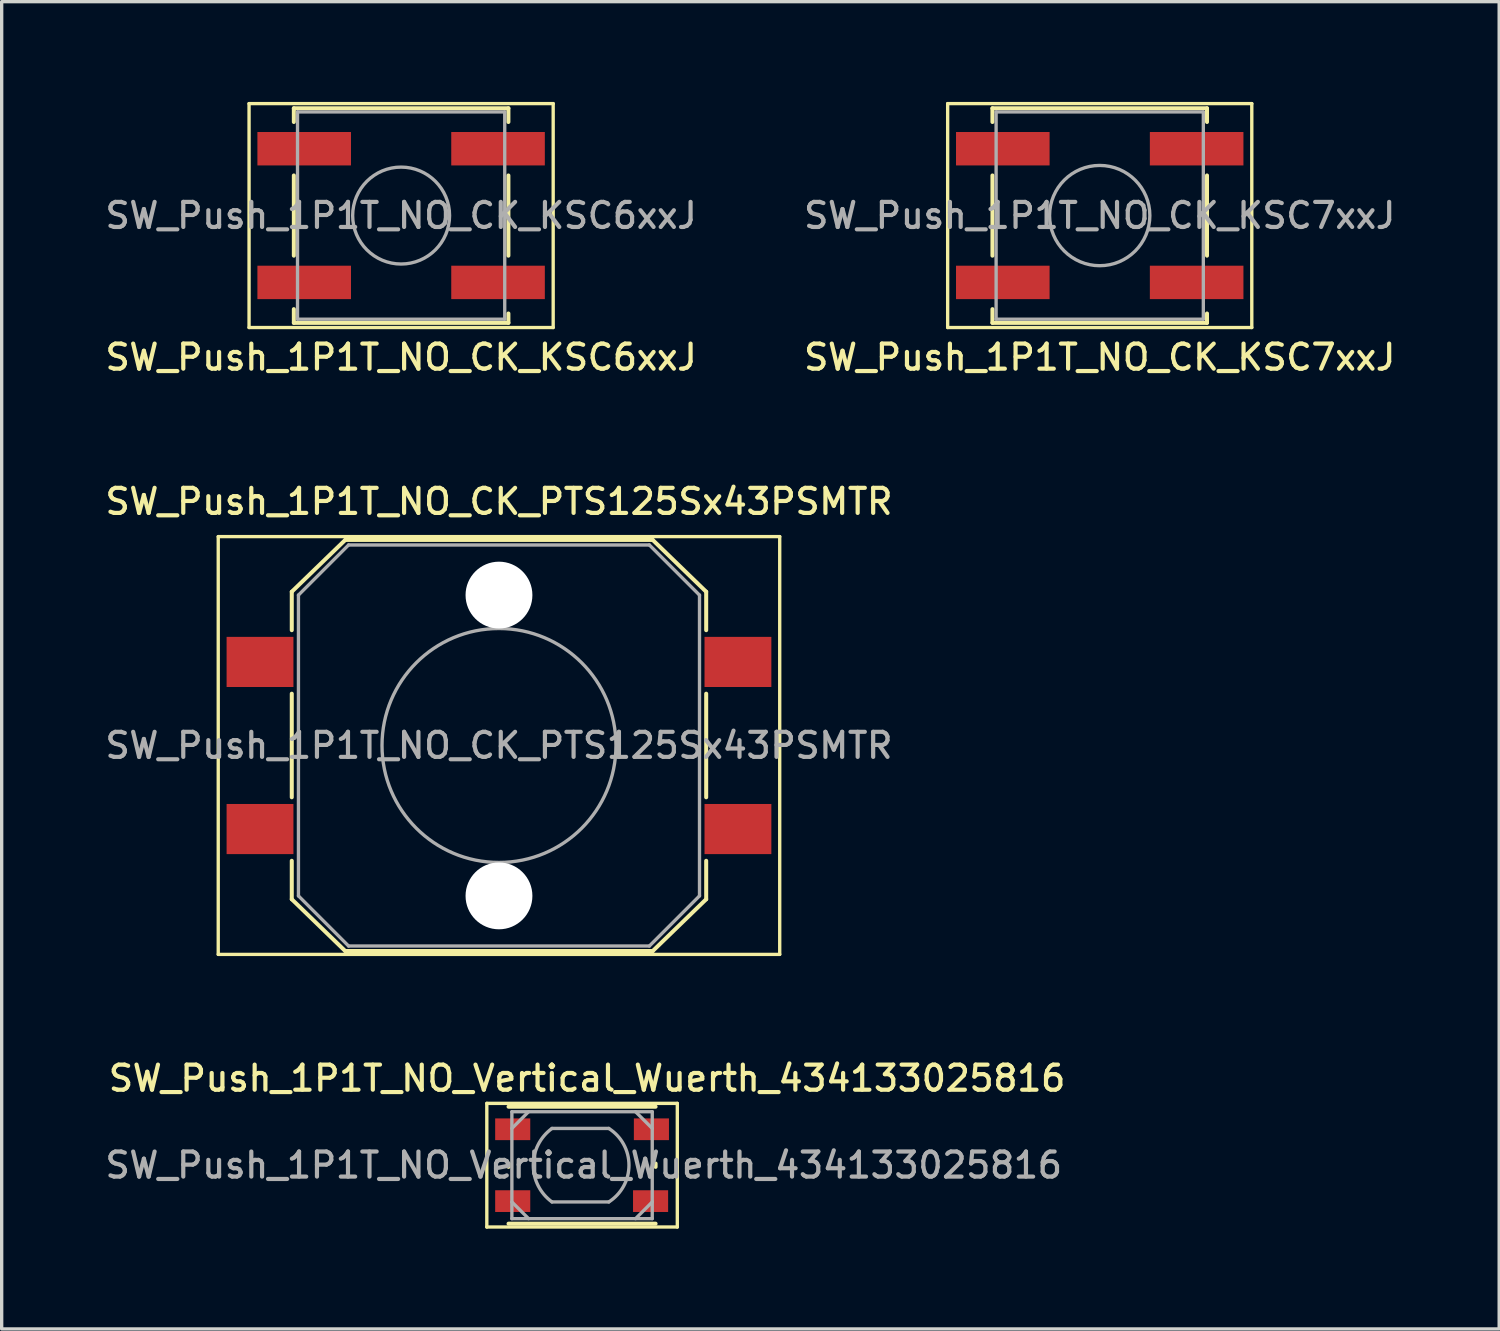
<source format=kicad_pcb>
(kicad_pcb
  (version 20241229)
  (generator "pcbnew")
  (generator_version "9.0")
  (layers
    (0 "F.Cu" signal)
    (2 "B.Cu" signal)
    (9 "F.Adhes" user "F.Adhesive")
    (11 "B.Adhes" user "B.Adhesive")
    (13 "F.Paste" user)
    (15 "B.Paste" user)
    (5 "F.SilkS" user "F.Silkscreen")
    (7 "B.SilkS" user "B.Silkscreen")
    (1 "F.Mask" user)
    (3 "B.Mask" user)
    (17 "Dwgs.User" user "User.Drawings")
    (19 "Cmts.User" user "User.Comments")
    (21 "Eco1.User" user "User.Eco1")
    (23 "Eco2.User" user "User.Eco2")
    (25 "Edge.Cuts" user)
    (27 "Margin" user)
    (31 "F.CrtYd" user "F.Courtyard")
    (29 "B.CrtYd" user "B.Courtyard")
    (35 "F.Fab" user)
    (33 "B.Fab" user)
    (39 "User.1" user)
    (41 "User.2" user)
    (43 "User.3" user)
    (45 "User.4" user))
  (footprint "SW_Push_1P1T_NO_CK_KSC6xxJ"
    (layer "F.Cu")
    (at 8.952 3.4)
    (property "Reference" "SW_Push_1P1T_NO_CK_KSC6xxJ" (at 0 4.24 0) (layer "F.SilkS") (effects (font (size 0.75 0.75) (thickness 0.125))))
    (attr smd)
    (fp_line (start -4.55 -3.35) (end 4.55 -3.35) (stroke (width 0.1) (type solid)) (layer "F.SilkS"))
    (fp_line (start -4.55 3.35) (end -4.55 -3.35) (stroke (width 0.1) (type solid)) (layer "F.SilkS"))
    (fp_line (start -3.21 -3.21) (end -3.21 -2.8) (stroke (width 0.12) (type solid)) (layer "F.SilkS"))
    (fp_line (start -3.21 -1.2) (end -3.21 1.2) (stroke (width 0.12) (type solid)) (layer "F.SilkS"))
    (fp_line (start -3.21 2.8) (end -3.21 3.21) (stroke (width 0.12) (type solid)) (layer "F.SilkS"))
    (fp_line (start -3.21 3.21) (end 3.21 3.21) (stroke (width 0.12) (type solid)) (layer "F.SilkS"))
    (fp_line (start 3.21 -3.21) (end -3.21 -3.21) (stroke (width 0.12) (type solid)) (layer "F.SilkS"))
    (fp_line (start 3.21 -2.8) (end 3.21 -3.21) (stroke (width 0.12) (type solid)) (layer "F.SilkS"))
    (fp_line (start 3.21 1.2) (end 3.21 -1.2) (stroke (width 0.12) (type solid)) (layer "F.SilkS"))
    (fp_line (start 3.21 3.21) (end 3.21 2.93) (stroke (width 0.12) (type solid)) (layer "F.SilkS"))
    (fp_line (start 4.55 -3.35) (end 4.55 3.35) (stroke (width 0.1) (type solid)) (layer "F.SilkS"))
    (fp_line (start 4.55 3.35) (end -4.55 3.35) (stroke (width 0.1) (type solid)) (layer "F.SilkS"))
    (fp_line (start -3.1 -3.1) (end 3.1 -3.1) (stroke (width 0.1) (type solid)) (layer "F.Fab"))
    (fp_line (start -3.1 3.1) (end -3.1 -3.1) (stroke (width 0.1) (type solid)) (layer "F.Fab"))
    (fp_line (start 3.1 -3.1) (end 3.1 3.1) (stroke (width 0.1) (type solid)) (layer "F.Fab"))
    (fp_line (start 3.1 3.1) (end -3.1 3.1) (stroke (width 0.1) (type solid)) (layer "F.Fab"))
    (fp_circle (center 0 0) (end 1.45 0) (stroke (width 0.1) (type solid)) (fill no) (layer "F.Fab"))
    (fp_text user "${REFERENCE}" (at 0 0 0) (layer "F.Fab") (effects (font (size 0.75 0.75) (thickness 0.125))))
    (pad "1" smd rect (at -2.9 -2) (size 2.8 1) (layers "F.Cu" "F.Mask" "F.Paste"))
    (pad "1" smd rect (at 2.9 -2) (size 2.8 1) (layers "F.Cu" "F.Mask" "F.Paste"))
    (pad "2" smd rect (at -2.9 2) (size 2.8 1) (layers "F.Cu" "F.Mask" "F.Paste"))
    (pad "2" smd rect (at 2.9 2) (size 2.8 1) (layers "F.Cu" "F.Mask" "F.Paste")))
  (footprint "SW_Push_1P1T_NO_Vertical_Wuerth_434133025816"
    (layer "F.Cu")
    (at 14.366 31.814)
    (property "Reference" "SW_Push_1P1T_NO_Vertical_Wuerth_434133025816" (at 0.15 -2.6 0) (layer "F.SilkS") (effects (font (size 0.75 0.75) (thickness 0.125))))
    (attr smd)
    (fp_line (start -2.85 -1.85) (end 2.85 -1.85) (stroke (width 0.1) (type solid)) (layer "F.SilkS"))
    (fp_line (start -2.85 1.85) (end -2.85 -1.85) (stroke (width 0.1) (type solid)) (layer "F.SilkS"))
    (fp_line (start -2.2 0.05) (end -2.2 -0.05) (stroke (width 0.12) (type solid)) (layer "F.SilkS"))
    (fp_line (start -2.2 1.75) (end 2.2 1.75) (stroke (width 0.12) (type solid)) (layer "F.SilkS"))
    (fp_line (start 2.2 -1.75) (end -2.2 -1.75) (stroke (width 0.12) (type solid)) (layer "F.SilkS"))
    (fp_line (start 2.2 0.05) (end 2.2 -0.05) (stroke (width 0.12) (type solid)) (layer "F.SilkS"))
    (fp_line (start 2.85 -1.85) (end 2.85 1.85) (stroke (width 0.1) (type solid)) (layer "F.SilkS"))
    (fp_line (start 2.85 1.85) (end -2.85 1.85) (stroke (width 0.1) (type solid)) (layer "F.SilkS"))
    (fp_line (start -2.1 -1.6) (end 2.1 -1.6) (stroke (width 0.1) (type solid)) (layer "F.Fab"))
    (fp_line (start -2.1 -1.1) (end -1.6 -1.6) (stroke (width 0.1) (type solid)) (layer "F.Fab"))
    (fp_line (start -2.1 1.1) (end -1.6 1.6) (stroke (width 0.1) (type solid)) (layer "F.Fab"))
    (fp_line (start -2.1 1.6) (end -2.1 -1.6) (stroke (width 0.1) (type solid)) (layer "F.Fab"))
    (fp_line (start -0.9 -1.1) (end 0.8 -1.1) (stroke (width 0.1) (type solid)) (layer "F.Fab"))
    (fp_line (start 0.8 1.1) (end -0.9 1.1) (stroke (width 0.1) (type solid)) (layer "F.Fab"))
    (fp_line (start 1.6 -1.6) (end 2.1 -1.1) (stroke (width 0.1) (type solid)) (layer "F.Fab"))
    (fp_line (start 1.6 1.6) (end 2.1 1.1) (stroke (width 0.1) (type solid)) (layer "F.Fab"))
    (fp_line (start 2.1 -1.6) (end 2.1 1.6) (stroke (width 0.1) (type solid)) (layer "F.Fab"))
    (fp_line (start 2.1 1.6) (end -2.1 1.6) (stroke (width 0.1) (type solid)) (layer "F.Fab"))
    (fp_arc (start -0.9 1.099999) (mid -1.460147 0) (end -0.9 -1.099999) (stroke (width 0.1) (type solid)) (layer "F.Fab"))
    (fp_arc (start 0.8 -1.099999) (mid 1.40384 0) (end 0.799999 1.099999) (stroke (width 0.1) (type solid)) (layer "F.Fab"))
    (fp_text user "${REFERENCE}" (at 0.05 0 0) (layer "F.Fab") (effects (font (size 0.75 0.75) (thickness 0.125))))
    (pad "1" smd rect (at -2.075 -1.075) (size 1.05 0.65) (layers "F.Cu" "F.Mask" "F.Paste"))
    (pad "1" smd rect (at 2.075 -1.075) (size 1.05 0.65) (layers "F.Cu" "F.Mask" "F.Paste"))
    (pad "2" smd rect (at -2.075 1.075) (size 1.05 0.65) (layers "F.Cu" "F.Mask" "F.Paste"))
    (pad "2" smd rect (at 2.05 1.075) (size 1.05 0.65) (layers "F.Cu" "F.Mask" "F.Paste")))
  (footprint "SW_Push_1P1T_NO_CK_KSC7xxJ"
    (layer "F.Cu")
    (at 29.855 3.4)
    (property "Reference" "SW_Push_1P1T_NO_CK_KSC7xxJ" (at 0 4.24 0) (layer "F.SilkS") (effects (font (size 0.75 0.75) (thickness 0.125))))
    (attr smd)
    (fp_line (start -4.55 -3.35) (end 4.55 -3.35) (stroke (width 0.1) (type solid)) (layer "F.SilkS"))
    (fp_line (start -4.55 3.35) (end -4.55 -3.35) (stroke (width 0.1) (type solid)) (layer "F.SilkS"))
    (fp_line (start -3.21 -3.21) (end -3.21 -2.8) (stroke (width 0.12) (type solid)) (layer "F.SilkS"))
    (fp_line (start -3.21 -1.2) (end -3.21 1.2) (stroke (width 0.12) (type solid)) (layer "F.SilkS"))
    (fp_line (start -3.21 2.8) (end -3.21 3.21) (stroke (width 0.12) (type solid)) (layer "F.SilkS"))
    (fp_line (start -3.21 3.21) (end 3.21 3.21) (stroke (width 0.12) (type solid)) (layer "F.SilkS"))
    (fp_line (start 3.21 -3.21) (end -3.21 -3.21) (stroke (width 0.12) (type solid)) (layer "F.SilkS"))
    (fp_line (start 3.21 -2.8) (end 3.21 -3.21) (stroke (width 0.12) (type solid)) (layer "F.SilkS"))
    (fp_line (start 3.21 1.2) (end 3.21 -1.2) (stroke (width 0.12) (type solid)) (layer "F.SilkS"))
    (fp_line (start 3.21 3.21) (end 3.21 2.93) (stroke (width 0.12) (type solid)) (layer "F.SilkS"))
    (fp_line (start 4.55 -3.35) (end 4.55 3.35) (stroke (width 0.1) (type solid)) (layer "F.SilkS"))
    (fp_line (start 4.55 3.35) (end -4.55 3.35) (stroke (width 0.1) (type solid)) (layer "F.SilkS"))
    (fp_line (start -3.1 -3.1) (end 3.1 -3.1) (stroke (width 0.1) (type solid)) (layer "F.Fab"))
    (fp_line (start -3.1 3.1) (end -3.1 -3.1) (stroke (width 0.1) (type solid)) (layer "F.Fab"))
    (fp_line (start 3.1 -3.1) (end 3.1 3.1) (stroke (width 0.1) (type solid)) (layer "F.Fab"))
    (fp_line (start 3.1 3.1) (end -3.1 3.1) (stroke (width 0.1) (type solid)) (layer "F.Fab"))
    (fp_circle (center 0 0) (end 1.5 0) (stroke (width 0.1) (type solid)) (fill no) (layer "F.Fab"))
    (fp_text user "${REFERENCE}" (at 0 0 0) (layer "F.Fab") (effects (font (size 0.75 0.75) (thickness 0.125))))
    (pad "1" smd rect (at -2.9 -2) (size 2.8 1) (layers "F.Cu" "F.Mask" "F.Paste"))
    (pad "1" smd rect (at 2.9 -2) (size 2.8 1) (layers "F.Cu" "F.Mask" "F.Paste"))
    (pad "2" smd rect (at -2.9 2) (size 2.8 1) (layers "F.Cu" "F.Mask" "F.Paste"))
    (pad "2" smd rect (at 2.9 2) (size 2.8 1) (layers "F.Cu" "F.Mask" "F.Paste")))
  (footprint "SW_Push_1P1T_NO_CK_PTS125Sx43PSMTR"
    (layer "F.Cu")
    (at 11.88 19.256)
    (property "Reference" "SW_Push_1P1T_NO_CK_PTS125Sx43PSMTR" (at 0 -7.3 0) (layer "F.SilkS") (effects (font (size 0.75 0.75) (thickness 0.125))))
    (attr smd)
    (fp_line (start -8.4 -6.25) (end 8.4 -6.25) (stroke (width 0.1) (type solid)) (layer "F.SilkS"))
    (fp_line (start -8.4 6.25) (end -8.4 -6.25) (stroke (width 0.1) (type solid)) (layer "F.SilkS"))
    (fp_line (start -6.2 -4.6) (end -4.6 -6.15) (stroke (width 0.12) (type solid)) (layer "F.SilkS"))
    (fp_line (start -6.2 -3.45) (end -6.2 -4.6) (stroke (width 0.12) (type solid)) (layer "F.SilkS"))
    (fp_line (start -6.2 -1.55) (end -6.2 1.55) (stroke (width 0.12) (type solid)) (layer "F.SilkS"))
    (fp_line (start -6.2 3.45) (end -6.2 4.6) (stroke (width 0.12) (type solid)) (layer "F.SilkS"))
    (fp_line (start -6.2 4.6) (end -4.6 6.15) (stroke (width 0.12) (type solid)) (layer "F.SilkS"))
    (fp_line (start -4.6 -6.15) (end 4.6 -6.15) (stroke (width 0.12) (type solid)) (layer "F.SilkS"))
    (fp_line (start -4.6 6.15) (end 4.6 6.15) (stroke (width 0.12) (type solid)) (layer "F.SilkS"))
    (fp_line (start 4.6 -6.15) (end 6.2 -4.6) (stroke (width 0.12) (type solid)) (layer "F.SilkS"))
    (fp_line (start 4.6 6.15) (end 6.2 4.6) (stroke (width 0.12) (type solid)) (layer "F.SilkS"))
    (fp_line (start 6.2 -3.45) (end 6.2 -4.6) (stroke (width 0.12) (type solid)) (layer "F.SilkS"))
    (fp_line (start 6.2 -1.55) (end 6.2 1.55) (stroke (width 0.12) (type solid)) (layer "F.SilkS"))
    (fp_line (start 6.2 3.45) (end 6.2 4.6) (stroke (width 0.12) (type solid)) (layer "F.SilkS"))
    (fp_line (start 8.4 -6.25) (end 8.4 6.25) (stroke (width 0.1) (type solid)) (layer "F.SilkS"))
    (fp_line (start 8.4 6.25) (end -8.4 6.25) (stroke (width 0.1) (type solid)) (layer "F.SilkS"))
    (fp_line (start -6 -4.5) (end -6 4.5) (stroke (width 0.1) (type solid)) (layer "F.Fab"))
    (fp_line (start -6 -4.5) (end -4.5 -6) (stroke (width 0.1) (type solid)) (layer "F.Fab"))
    (fp_line (start -4.5 6) (end -6 4.5) (stroke (width 0.1) (type solid)) (layer "F.Fab"))
    (fp_line (start -4.5 6) (end 4.5 6) (stroke (width 0.1) (type solid)) (layer "F.Fab"))
    (fp_line (start 4.5 -6) (end -4.5 -6) (stroke (width 0.1) (type solid)) (layer "F.Fab"))
    (fp_line (start 4.5 -6) (end 6 -4.5) (stroke (width 0.1) (type solid)) (layer "F.Fab"))
    (fp_line (start 6 4.5) (end 4.5 6) (stroke (width 0.1) (type solid)) (layer "F.Fab"))
    (fp_line (start 6 4.5) (end 6 -4.5) (stroke (width 0.1) (type solid)) (layer "F.Fab"))
    (fp_circle (center 0 0) (end 3.5 0) (stroke (width 0.1) (type solid)) (fill no) (layer "F.Fab"))
    (fp_text user "${REFERENCE}" (at 0 0 0) (layer "F.Fab") (effects (font (size 0.75 0.75) (thickness 0.125))))
    (pad "" np_thru_hole circle (at 0 -4.5) (size 2 2) (drill 2) (layers "*.Cu" "*.Mask"))
    (pad "" np_thru_hole circle (at 0 4.5) (size 2 2) (drill 2) (layers "*.Cu" "*.Mask"))
    (pad "1" smd rect (at -7.15 -2.5) (size 2 1.5) (layers "F.Cu" "F.Mask" "F.Paste"))
    (pad "1" smd rect (at 7.15 -2.5) (size 2 1.5) (layers "F.Cu" "F.Mask" "F.Paste"))
    (pad "2" smd rect (at -7.15 2.5) (size 2 1.5) (layers "F.Cu" "F.Mask" "F.Paste"))
    (pad "2" smd rect (at 7.15 2.5) (size 2 1.5) (layers "F.Cu" "F.Mask" "F.Paste")))
  (gr_rect
    (start -3 -3)
    (end 41.807 36.714)
    (stroke (width 0.1) (type default))
    (fill no)
    (layer "Edge.Cuts")))
</source>
